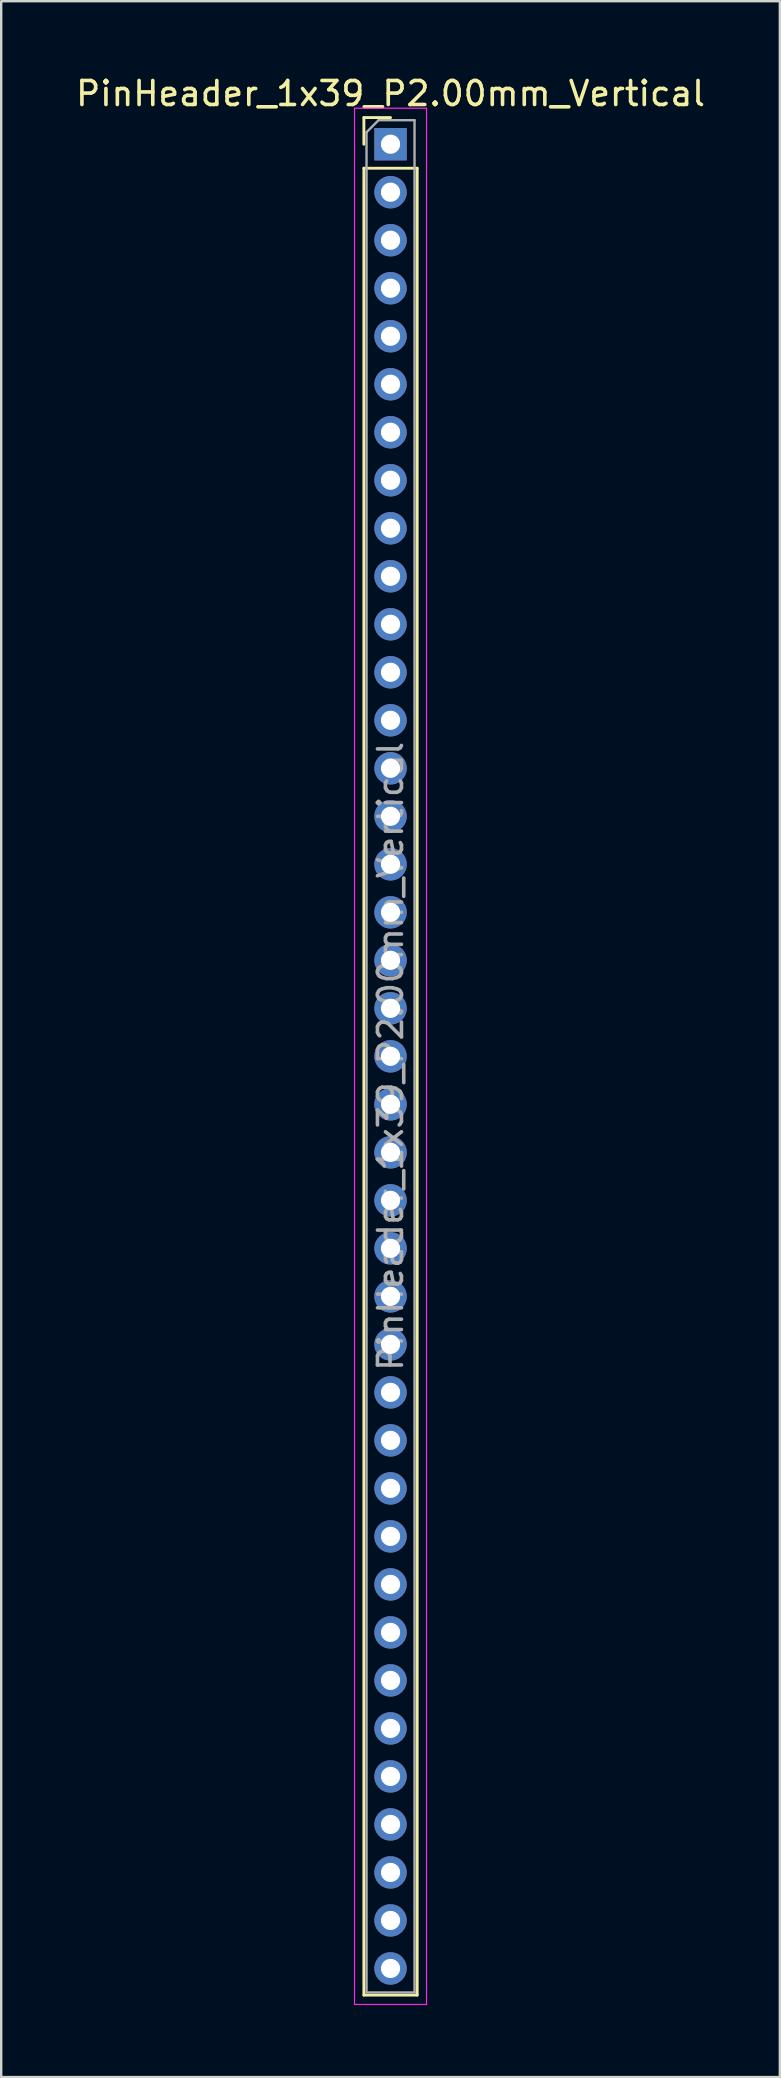
<source format=kicad_pcb>
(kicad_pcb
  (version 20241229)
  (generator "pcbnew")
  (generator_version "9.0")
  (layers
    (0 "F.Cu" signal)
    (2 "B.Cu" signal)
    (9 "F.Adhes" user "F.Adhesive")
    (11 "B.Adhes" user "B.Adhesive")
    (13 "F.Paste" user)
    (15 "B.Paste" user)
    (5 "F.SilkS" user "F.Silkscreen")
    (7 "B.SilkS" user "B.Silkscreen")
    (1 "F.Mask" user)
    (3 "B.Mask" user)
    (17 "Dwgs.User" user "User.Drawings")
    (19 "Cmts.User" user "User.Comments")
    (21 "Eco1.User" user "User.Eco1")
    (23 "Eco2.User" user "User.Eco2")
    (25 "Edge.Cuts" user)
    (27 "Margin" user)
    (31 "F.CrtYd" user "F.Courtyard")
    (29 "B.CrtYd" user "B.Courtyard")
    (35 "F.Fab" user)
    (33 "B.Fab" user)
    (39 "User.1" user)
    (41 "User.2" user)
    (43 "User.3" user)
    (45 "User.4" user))
  (footprint "PinHeader_1x39_P2.00mm_Vertical"
    (layer "F.Cu")
    (at 13.22 2.958)
    (property "Reference" "PinHeader_1x39_P2.00mm_Vertical" (at 0 -2.11 0) (layer "F.SilkS") (effects (font (size 1 1) (thickness 0.15))))
    (attr through_hole)
    (fp_line (start -1.11 -1.11) (end 0 -1.11) (stroke (width 0.12) (type solid)) (layer "F.SilkS"))
    (fp_line (start -1.11 0) (end -1.11 -1.11) (stroke (width 0.12) (type solid)) (layer "F.SilkS"))
    (fp_line (start -1.11 1) (end -1.11 77.11) (stroke (width 0.12) (type solid)) (layer "F.SilkS"))
    (fp_line (start -1.11 1) (end 1.11 1) (stroke (width 0.12) (type solid)) (layer "F.SilkS"))
    (fp_line (start -1.11 77.11) (end 1.11 77.11) (stroke (width 0.12) (type solid)) (layer "F.SilkS"))
    (fp_line (start 1.11 1) (end 1.11 77.11) (stroke (width 0.12) (type solid)) (layer "F.SilkS"))
    (fp_line (start -1.5 -1.5) (end -1.5 77.5) (stroke (width 0.05) (type solid)) (layer "F.CrtYd"))
    (fp_line (start -1.5 77.5) (end 1.5 77.5) (stroke (width 0.05) (type solid)) (layer "F.CrtYd"))
    (fp_line (start 1.5 -1.5) (end -1.5 -1.5) (stroke (width 0.05) (type solid)) (layer "F.CrtYd"))
    (fp_line (start 1.5 77.5) (end 1.5 -1.5) (stroke (width 0.05) (type solid)) (layer "F.CrtYd"))
    (fp_line (start -1 -0.5) (end -0.5 -1) (stroke (width 0.1) (type solid)) (layer "F.Fab"))
    (fp_line (start -1 77) (end -1 -0.5) (stroke (width 0.1) (type solid)) (layer "F.Fab"))
    (fp_line (start -0.5 -1) (end 1 -1) (stroke (width 0.1) (type solid)) (layer "F.Fab"))
    (fp_line (start 1 -1) (end 1 77) (stroke (width 0.1) (type solid)) (layer "F.Fab"))
    (fp_line (start 1 77) (end -1 77) (stroke (width 0.1) (type solid)) (layer "F.Fab"))
    (fp_text user "${REFERENCE}" (at 0 38 90) (layer "F.Fab") (effects (font (size 1 1) (thickness 0.15))))
    (pad "1" thru_hole rect (at 0 0) (size 1.35 1.35) (drill 0.8) (layers "*.Cu" "*.Mask"))
    (pad "2" thru_hole circle (at 0 2) (size 1.35 1.35) (drill 0.8) (layers "*.Cu" "*.Mask"))
    (pad "3" thru_hole circle (at 0 4) (size 1.35 1.35) (drill 0.8) (layers "*.Cu" "*.Mask"))
    (pad "4" thru_hole circle (at 0 6) (size 1.35 1.35) (drill 0.8) (layers "*.Cu" "*.Mask"))
    (pad "5" thru_hole circle (at 0 8) (size 1.35 1.35) (drill 0.8) (layers "*.Cu" "*.Mask"))
    (pad "6" thru_hole circle (at 0 10) (size 1.35 1.35) (drill 0.8) (layers "*.Cu" "*.Mask"))
    (pad "7" thru_hole circle (at 0 12) (size 1.35 1.35) (drill 0.8) (layers "*.Cu" "*.Mask"))
    (pad "8" thru_hole circle (at 0 14) (size 1.35 1.35) (drill 0.8) (layers "*.Cu" "*.Mask"))
    (pad "9" thru_hole circle (at 0 16) (size 1.35 1.35) (drill 0.8) (layers "*.Cu" "*.Mask"))
    (pad "10" thru_hole circle (at 0 18) (size 1.35 1.35) (drill 0.8) (layers "*.Cu" "*.Mask"))
    (pad "11" thru_hole circle (at 0 20) (size 1.35 1.35) (drill 0.8) (layers "*.Cu" "*.Mask"))
    (pad "12" thru_hole circle (at 0 22) (size 1.35 1.35) (drill 0.8) (layers "*.Cu" "*.Mask"))
    (pad "13" thru_hole circle (at 0 24) (size 1.35 1.35) (drill 0.8) (layers "*.Cu" "*.Mask"))
    (pad "14" thru_hole circle (at 0 26) (size 1.35 1.35) (drill 0.8) (layers "*.Cu" "*.Mask"))
    (pad "15" thru_hole circle (at 0 28) (size 1.35 1.35) (drill 0.8) (layers "*.Cu" "*.Mask"))
    (pad "16" thru_hole circle (at 0 30) (size 1.35 1.35) (drill 0.8) (layers "*.Cu" "*.Mask"))
    (pad "17" thru_hole circle (at 0 32) (size 1.35 1.35) (drill 0.8) (layers "*.Cu" "*.Mask"))
    (pad "18" thru_hole circle (at 0 34) (size 1.35 1.35) (drill 0.8) (layers "*.Cu" "*.Mask"))
    (pad "19" thru_hole circle (at 0 36) (size 1.35 1.35) (drill 0.8) (layers "*.Cu" "*.Mask"))
    (pad "20" thru_hole circle (at 0 38) (size 1.35 1.35) (drill 0.8) (layers "*.Cu" "*.Mask"))
    (pad "21" thru_hole circle (at 0 40) (size 1.35 1.35) (drill 0.8) (layers "*.Cu" "*.Mask"))
    (pad "22" thru_hole circle (at 0 42) (size 1.35 1.35) (drill 0.8) (layers "*.Cu" "*.Mask"))
    (pad "23" thru_hole circle (at 0 44) (size 1.35 1.35) (drill 0.8) (layers "*.Cu" "*.Mask"))
    (pad "24" thru_hole circle (at 0 46) (size 1.35 1.35) (drill 0.8) (layers "*.Cu" "*.Mask"))
    (pad "25" thru_hole circle (at 0 48) (size 1.35 1.35) (drill 0.8) (layers "*.Cu" "*.Mask"))
    (pad "26" thru_hole circle (at 0 50) (size 1.35 1.35) (drill 0.8) (layers "*.Cu" "*.Mask"))
    (pad "27" thru_hole circle (at 0 52) (size 1.35 1.35) (drill 0.8) (layers "*.Cu" "*.Mask"))
    (pad "28" thru_hole circle (at 0 54) (size 1.35 1.35) (drill 0.8) (layers "*.Cu" "*.Mask"))
    (pad "29" thru_hole circle (at 0 56) (size 1.35 1.35) (drill 0.8) (layers "*.Cu" "*.Mask"))
    (pad "30" thru_hole circle (at 0 58) (size 1.35 1.35) (drill 0.8) (layers "*.Cu" "*.Mask"))
    (pad "31" thru_hole circle (at 0 60) (size 1.35 1.35) (drill 0.8) (layers "*.Cu" "*.Mask"))
    (pad "32" thru_hole circle (at 0 62) (size 1.35 1.35) (drill 0.8) (layers "*.Cu" "*.Mask"))
    (pad "33" thru_hole circle (at 0 64) (size 1.35 1.35) (drill 0.8) (layers "*.Cu" "*.Mask"))
    (pad "34" thru_hole circle (at 0 66) (size 1.35 1.35) (drill 0.8) (layers "*.Cu" "*.Mask"))
    (pad "35" thru_hole circle (at 0 68) (size 1.35 1.35) (drill 0.8) (layers "*.Cu" "*.Mask"))
    (pad "36" thru_hole circle (at 0 70) (size 1.35 1.35) (drill 0.8) (layers "*.Cu" "*.Mask"))
    (pad "37" thru_hole circle (at 0 72) (size 1.35 1.35) (drill 0.8) (layers "*.Cu" "*.Mask"))
    (pad "38" thru_hole circle (at 0 74) (size 1.35 1.35) (drill 0.8) (layers "*.Cu" "*.Mask"))
    (pad "39" thru_hole circle (at 0 76) (size 1.35 1.35) (drill 0.8) (layers "*.Cu" "*.Mask")))
  (gr_rect
    (start -3 -3)
    (end 29.44 83.483)
    (stroke (width 0.1) (type default))
    (fill no)
    (layer "Edge.Cuts")))
</source>
